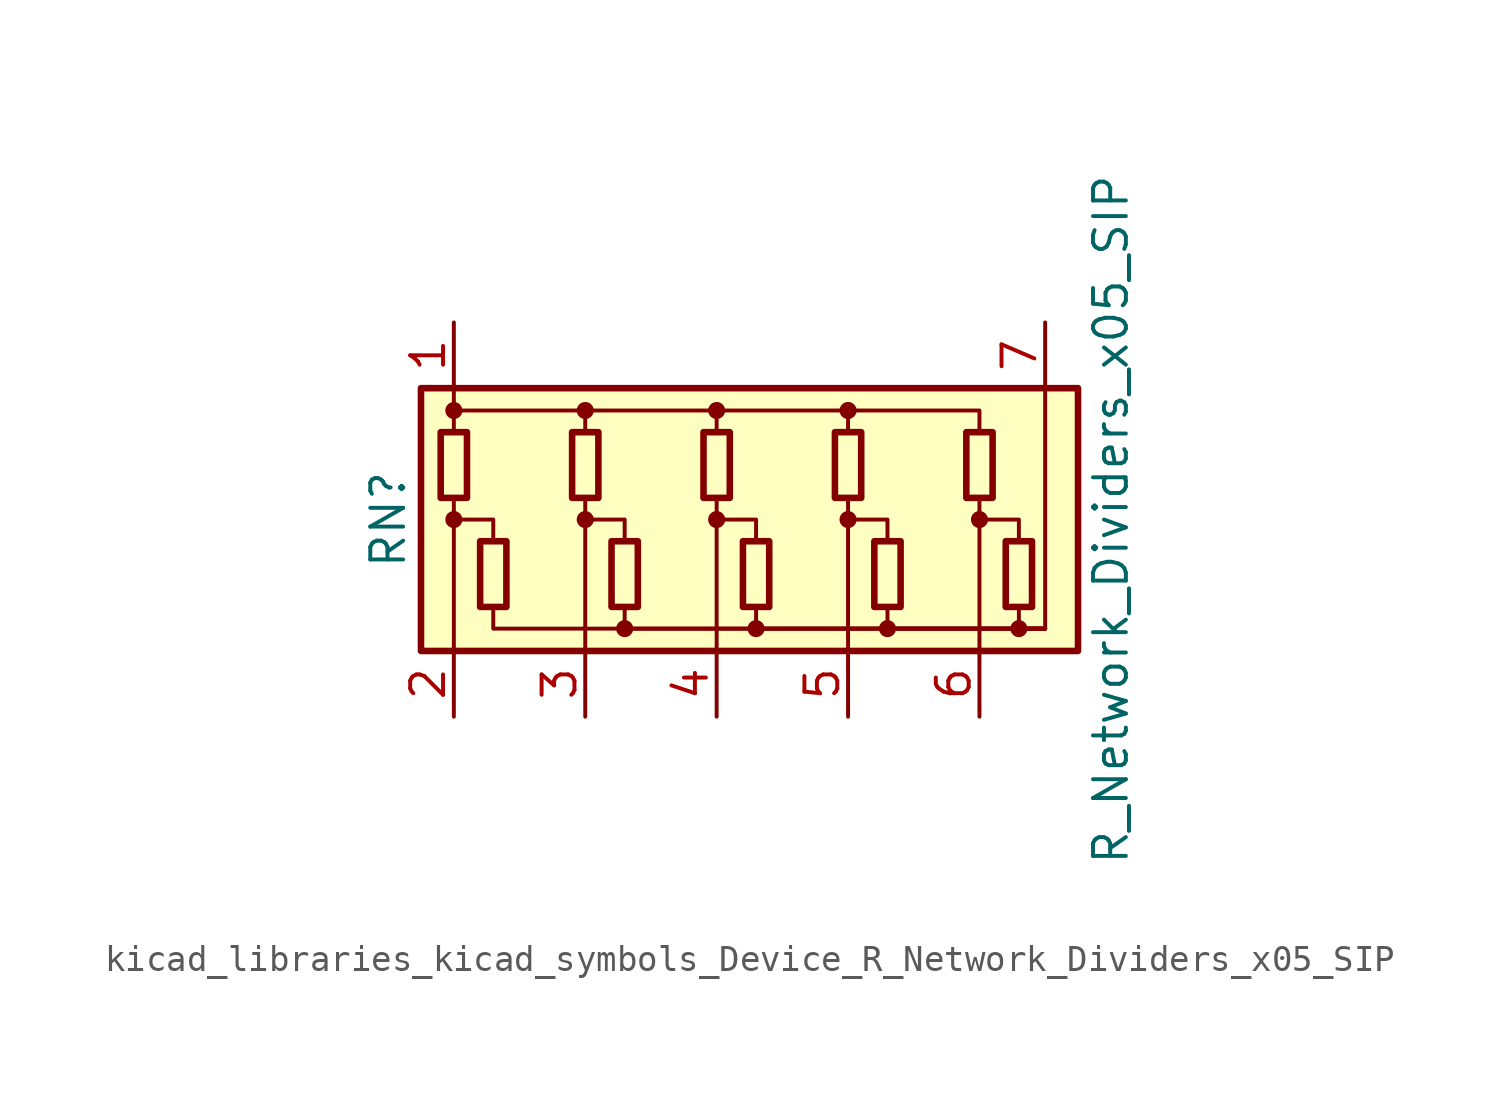
<source format=kicad_sym>
(kicad_symbol_lib
  (version 20220914)
  (generator kicad_symbol_editor)
  (symbol "kicad_libraries_kicad_symbols_Device_R_Network_Dividers_x05_SIP"
    (pin_names
      (offset 0) hide)
    (property "Reference" "RN"
      (at -12.7 0 90)
      (effects (font (size 1.27 1.27))))
    (property "Value" "R_Network_Dividers_x05_SIP"
      (at 15.24 0 90)
      (effects (font (size 1.27 1.27))))
    (symbol "kicad_libraries_kicad_symbols_Device_R_Network_Dividers_x05_SIP_0_1"
      (rectangle (start -11.43 -5.08) (end 13.97 5.08) (stroke (width 0.254) (type default)) (fill (type background)))
      (rectangle (start -10.668 3.378) (end -9.652 0.838) (stroke (width 0.254) (type default)) (fill (type none)))
      (circle (center -10.16 0) (radius 0.254) (stroke (width 0) (type default)) (fill (type outline)))
      (circle (center -10.16 4.216) (radius 0.254) (stroke (width 0) (type default)) (fill (type outline)))
      (rectangle (start -9.144 -3.378) (end -8.128 -0.838) (stroke (width 0.254) (type default)) (fill (type none)))
      (rectangle (start -5.588 3.378) (end -4.572 0.838) (stroke (width 0.254) (type default)) (fill (type none)))
      (circle (center -5.08 0) (radius 0.254) (stroke (width 0) (type default)) (fill (type outline)))
      (circle (center -5.08 4.216) (radius 0.254) (stroke (width 0) (type default)) (fill (type outline)))
      (rectangle (start -4.064 -3.378) (end -3.048 -0.838) (stroke (width 0.254) (type default)) (fill (type none)))
      (circle (center -3.556 -4.216) (radius 0.254) (stroke (width 0) (type default)) (fill (type outline)))
      (rectangle (start -0.508 3.378) (end 0.508 0.838) (stroke (width 0.254) (type default)) (fill (type none)))
      (polyline (pts (xy -10.16 -5.08) (xy -10.16 0.838)) (stroke (width 0) (type default)) (fill (type none)))
      (polyline (pts (xy -10.16 5.08) (xy -10.16 3.378)) (stroke (width 0) (type default)) (fill (type none)))
      (polyline (pts (xy -5.08 -5.08) (xy -5.08 0.838)) (stroke (width 0) (type default)) (fill (type none)))
      (polyline (pts (xy 0 -5.08) (xy 0 0.838)) (stroke (width 0) (type default)) (fill (type none)))
      (polyline (pts (xy 5.08 -5.08) (xy 5.08 0.838)) (stroke (width 0) (type default)) (fill (type none)))
      (polyline (pts (xy 10.16 -5.08) (xy 10.16 0.838)) (stroke (width 0) (type default)) (fill (type none)))
      (polyline (pts (xy 12.7 -4.216) (xy 12.7 5.08)) (stroke (width 0) (type default)) (fill (type none)))
      (polyline (pts (xy -10.16 0) (xy -8.636 0) (xy -8.636 -0.838)) (stroke (width 0) (type default)) (fill (type none)))
      (polyline (pts (xy -10.16 4.216) (xy -5.08 4.216) (xy -5.08 3.378)) (stroke (width 0) (type default)) (fill (type none)))
      (polyline (pts (xy -8.636 -3.378) (xy -8.636 -4.216) (xy 12.7 -4.216)) (stroke (width 0) (type default)) (fill (type none)))
      (polyline (pts (xy -5.08 0) (xy -3.556 0) (xy -3.556 -0.838)) (stroke (width 0) (type default)) (fill (type none)))
      (polyline (pts (xy -5.08 4.216) (xy 0 4.216) (xy 0 3.378)) (stroke (width 0) (type default)) (fill (type none)))
      (polyline (pts (xy -3.556 -3.378) (xy -3.556 -4.216) (xy 12.7 -4.216)) (stroke (width 0) (type default)) (fill (type none)))
      (polyline (pts (xy 0 0) (xy 1.524 0) (xy 1.524 -0.838)) (stroke (width 0) (type default)) (fill (type none)))
      (polyline (pts (xy 0 4.216) (xy 5.08 4.216) (xy 5.08 3.378)) (stroke (width 0) (type default)) (fill (type none)))
      (polyline (pts (xy 1.524 -3.378) (xy 1.524 -4.216) (xy 12.7 -4.216)) (stroke (width 0) (type default)) (fill (type none)))
      (polyline (pts (xy 5.08 0) (xy 6.604 0) (xy 6.604 -0.838)) (stroke (width 0) (type default)) (fill (type none)))
      (polyline (pts (xy 5.08 4.216) (xy 10.16 4.216) (xy 10.16 3.378)) (stroke (width 0) (type default)) (fill (type none)))
      (polyline (pts (xy 6.604 -3.378) (xy 6.604 -4.216) (xy 12.7 -4.216)) (stroke (width 0) (type default)) (fill (type none)))
      (polyline (pts (xy 10.16 0) (xy 11.684 0) (xy 11.684 -0.838)) (stroke (width 0) (type default)) (fill (type none)))
      (polyline (pts (xy 11.684 -3.378) (xy 11.684 -4.216) (xy 12.7 -4.216)) (stroke (width 0) (type default)) (fill (type none)))
      (circle (center 0 0) (radius 0.254) (stroke (width 0) (type default)) (fill (type outline)))
      (circle (center 0 4.216) (radius 0.254) (stroke (width 0) (type default)) (fill (type outline)))
      (rectangle (start 1.016 -3.378) (end 2.032 -0.838) (stroke (width 0.254) (type default)) (fill (type none)))
      (circle (center 1.524 -4.216) (radius 0.254) (stroke (width 0) (type default)) (fill (type outline)))
      (rectangle (start 4.572 3.378) (end 5.588 0.838) (stroke (width 0.254) (type default)) (fill (type none)))
      (circle (center 5.08 0) (radius 0.254) (stroke (width 0) (type default)) (fill (type outline)))
      (circle (center 5.08 4.216) (radius 0.254) (stroke (width 0) (type default)) (fill (type outline)))
      (rectangle (start 6.096 -3.378) (end 7.112 -0.838) (stroke (width 0.254) (type default)) (fill (type none)))
      (circle (center 6.604 -4.216) (radius 0.254) (stroke (width 0) (type default)) (fill (type outline)))
      (rectangle (start 9.652 3.378) (end 10.668 0.838) (stroke (width 0.254) (type default)) (fill (type none)))
      (circle (center 10.16 0) (radius 0.254) (stroke (width 0) (type default)) (fill (type outline)))
      (rectangle (start 11.176 -3.378) (end 12.192 -0.838) (stroke (width 0.254) (type default)) (fill (type none)))
      (circle (center 11.684 -4.216) (radius 0.254) (stroke (width 0) (type default)) (fill (type outline))))
    (symbol "kicad_libraries_kicad_symbols_Device_R_Network_Dividers_x05_SIP_1_1"
      (pin passive line (at -10.16 7.62 270) (length 2.54) (name "COM1" (effects (font (size 1.27 1.27)))) (number "1" (effects (font (size 1.27 1.27)))))
      (pin passive line (at -10.16 -7.62 90) (length 2.54) (name "R1" (effects (font (size 1.27 1.27)))) (number "2" (effects (font (size 1.27 1.27)))))
      (pin passive line (at -5.08 -7.62 90) (length 2.54) (name "R2" (effects (font (size 1.27 1.27)))) (number "3" (effects (font (size 1.27 1.27)))))
      (pin passive line (at 0 -7.62 90) (length 2.54) (name "R3" (effects (font (size 1.27 1.27)))) (number "4" (effects (font (size 1.27 1.27)))))
      (pin passive line (at 5.08 -7.62 90) (length 2.54) (name "R4" (effects (font (size 1.27 1.27)))) (number "5" (effects (font (size 1.27 1.27)))))
      (pin passive line (at 10.16 -7.62 90) (length 2.54) (name "R5" (effects (font (size 1.27 1.27)))) (number "6" (effects (font (size 1.27 1.27)))))
      (pin passive line (at 12.7 7.62 270) (length 2.54) (name "COM2" (effects (font (size 1.27 1.27)))) (number "7" (effects (font (size 1.27 1.27))))))))
</source>
